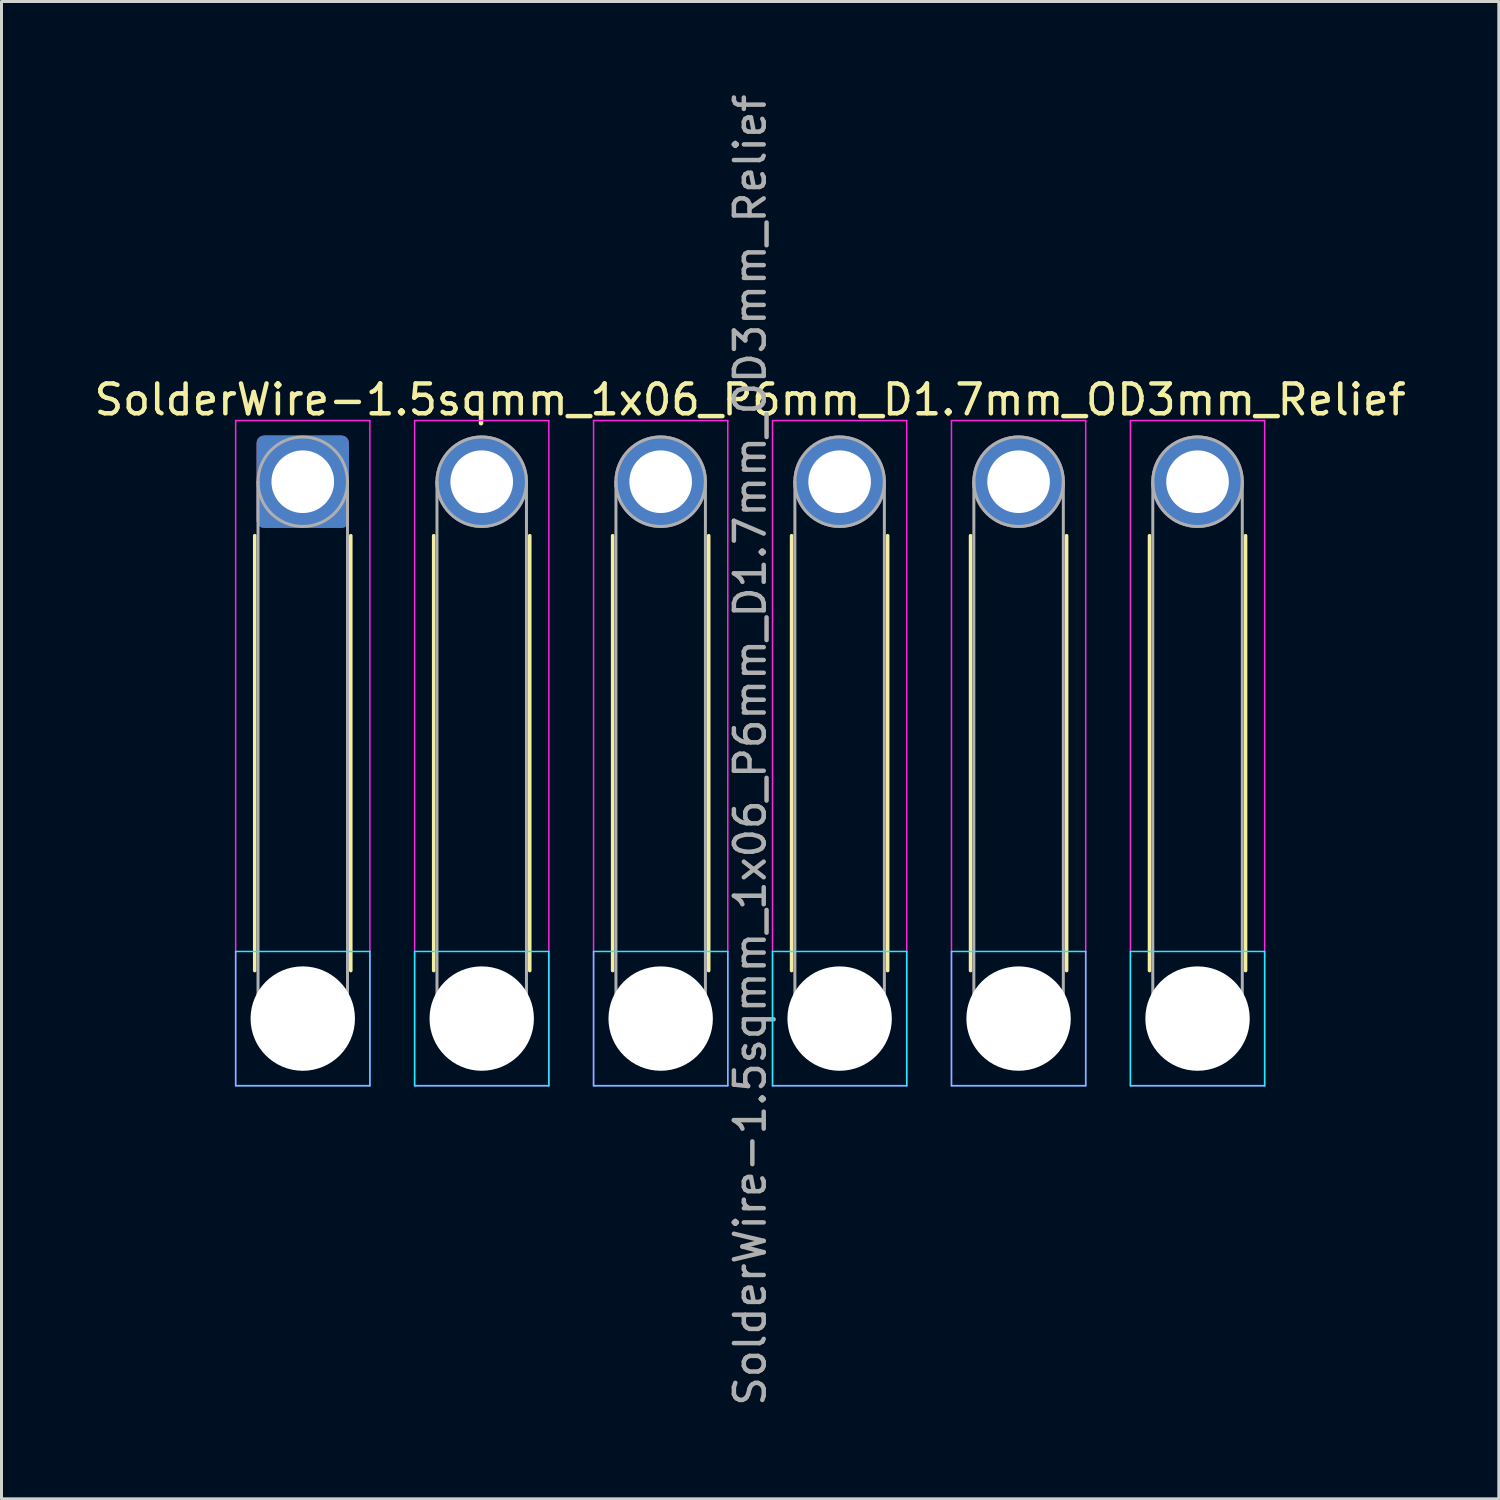
<source format=kicad_pcb>
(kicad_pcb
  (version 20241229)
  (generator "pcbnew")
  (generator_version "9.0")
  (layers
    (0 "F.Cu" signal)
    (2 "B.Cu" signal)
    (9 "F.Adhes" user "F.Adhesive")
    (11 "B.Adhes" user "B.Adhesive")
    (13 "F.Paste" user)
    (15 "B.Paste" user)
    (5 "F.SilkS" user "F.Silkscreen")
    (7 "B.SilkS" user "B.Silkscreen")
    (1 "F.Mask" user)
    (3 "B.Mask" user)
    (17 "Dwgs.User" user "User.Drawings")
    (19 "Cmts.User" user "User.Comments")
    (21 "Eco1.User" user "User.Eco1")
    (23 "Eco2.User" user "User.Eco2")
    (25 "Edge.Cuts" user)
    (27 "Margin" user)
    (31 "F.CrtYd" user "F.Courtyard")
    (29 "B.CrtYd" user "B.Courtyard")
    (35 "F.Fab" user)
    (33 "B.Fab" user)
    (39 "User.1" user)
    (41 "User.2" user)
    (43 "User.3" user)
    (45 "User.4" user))
  (footprint "SolderWire-1.5sqmm_1x06_P6mm_D1.7mm_OD3mm_Relief"
    (layer "F.Cu")
    (at 7.101 13.101)
    (property "Reference" "SolderWire-1.5sqmm_1x06_P6mm_D1.7mm_OD3mm_Relief" (at 15 -2.75 0) (layer "F.SilkS") (effects (font (size 1 1) (thickness 0.15))))
    (attr exclude_from_pos_files exclude_from_bom)
    (fp_line (start -1.61 1.81) (end -1.61 16.39) (stroke (width 0.12) (type solid)) (layer "F.SilkS"))
    (fp_line (start 1.61 1.81) (end 1.61 16.39) (stroke (width 0.12) (type solid)) (layer "F.SilkS"))
    (fp_line (start 4.39 1.81) (end 4.39 16.39) (stroke (width 0.12) (type solid)) (layer "F.SilkS"))
    (fp_line (start 7.61 1.81) (end 7.61 16.39) (stroke (width 0.12) (type solid)) (layer "F.SilkS"))
    (fp_line (start 10.39 1.81) (end 10.39 16.39) (stroke (width 0.12) (type solid)) (layer "F.SilkS"))
    (fp_line (start 13.61 1.81) (end 13.61 16.39) (stroke (width 0.12) (type solid)) (layer "F.SilkS"))
    (fp_line (start 16.39 1.81) (end 16.39 16.39) (stroke (width 0.12) (type solid)) (layer "F.SilkS"))
    (fp_line (start 19.61 1.81) (end 19.61 16.39) (stroke (width 0.12) (type solid)) (layer "F.SilkS"))
    (fp_line (start 22.39 1.81) (end 22.39 16.39) (stroke (width 0.12) (type solid)) (layer "F.SilkS"))
    (fp_line (start 25.61 1.81) (end 25.61 16.39) (stroke (width 0.12) (type solid)) (layer "F.SilkS"))
    (fp_line (start 28.39 1.81) (end 28.39 16.39) (stroke (width 0.12) (type solid)) (layer "F.SilkS"))
    (fp_line (start 31.61 1.81) (end 31.61 16.39) (stroke (width 0.12) (type solid)) (layer "F.SilkS"))
    (fp_line (start -2.25 15.75) (end -2.25 20.25) (stroke (width 0.05) (type solid)) (layer "B.CrtYd"))
    (fp_line (start -2.25 20.25) (end 2.25 20.25) (stroke (width 0.05) (type solid)) (layer "B.CrtYd"))
    (fp_line (start 2.25 15.75) (end -2.25 15.75) (stroke (width 0.05) (type solid)) (layer "B.CrtYd"))
    (fp_line (start 2.25 20.25) (end 2.25 15.75) (stroke (width 0.05) (type solid)) (layer "B.CrtYd"))
    (fp_line (start 3.75 15.75) (end 3.75 20.25) (stroke (width 0.05) (type solid)) (layer "B.CrtYd"))
    (fp_line (start 3.75 20.25) (end 8.25 20.25) (stroke (width 0.05) (type solid)) (layer "B.CrtYd"))
    (fp_line (start 8.25 15.75) (end 3.75 15.75) (stroke (width 0.05) (type solid)) (layer "B.CrtYd"))
    (fp_line (start 8.25 20.25) (end 8.25 15.75) (stroke (width 0.05) (type solid)) (layer "B.CrtYd"))
    (fp_line (start 9.75 15.75) (end 9.75 20.25) (stroke (width 0.05) (type solid)) (layer "B.CrtYd"))
    (fp_line (start 9.75 20.25) (end 14.25 20.25) (stroke (width 0.05) (type solid)) (layer "B.CrtYd"))
    (fp_line (start 14.25 15.75) (end 9.75 15.75) (stroke (width 0.05) (type solid)) (layer "B.CrtYd"))
    (fp_line (start 14.25 20.25) (end 14.25 15.75) (stroke (width 0.05) (type solid)) (layer "B.CrtYd"))
    (fp_line (start 15.75 15.75) (end 15.75 20.25) (stroke (width 0.05) (type solid)) (layer "B.CrtYd"))
    (fp_line (start 15.75 20.25) (end 20.25 20.25) (stroke (width 0.05) (type solid)) (layer "B.CrtYd"))
    (fp_line (start 20.25 15.75) (end 15.75 15.75) (stroke (width 0.05) (type solid)) (layer "B.CrtYd"))
    (fp_line (start 20.25 20.25) (end 20.25 15.75) (stroke (width 0.05) (type solid)) (layer "B.CrtYd"))
    (fp_line (start 21.75 15.75) (end 21.75 20.25) (stroke (width 0.05) (type solid)) (layer "B.CrtYd"))
    (fp_line (start 21.75 20.25) (end 26.25 20.25) (stroke (width 0.05) (type solid)) (layer "B.CrtYd"))
    (fp_line (start 26.25 15.75) (end 21.75 15.75) (stroke (width 0.05) (type solid)) (layer "B.CrtYd"))
    (fp_line (start 26.25 20.25) (end 26.25 15.75) (stroke (width 0.05) (type solid)) (layer "B.CrtYd"))
    (fp_line (start 27.75 15.75) (end 27.75 20.25) (stroke (width 0.05) (type solid)) (layer "B.CrtYd"))
    (fp_line (start 27.75 20.25) (end 32.25 20.25) (stroke (width 0.05) (type solid)) (layer "B.CrtYd"))
    (fp_line (start 32.25 15.75) (end 27.75 15.75) (stroke (width 0.05) (type solid)) (layer "B.CrtYd"))
    (fp_line (start 32.25 20.25) (end 32.25 15.75) (stroke (width 0.05) (type solid)) (layer "B.CrtYd"))
    (fp_line (start -2.25 -2.05) (end -2.25 20.25) (stroke (width 0.05) (type solid)) (layer "F.CrtYd"))
    (fp_line (start -2.25 20.25) (end 2.25 20.25) (stroke (width 0.05) (type solid)) (layer "F.CrtYd"))
    (fp_line (start 2.25 -2.05) (end -2.25 -2.05) (stroke (width 0.05) (type solid)) (layer "F.CrtYd"))
    (fp_line (start 2.25 20.25) (end 2.25 -2.05) (stroke (width 0.05) (type solid)) (layer "F.CrtYd"))
    (fp_line (start 3.75 -2.05) (end 3.75 20.25) (stroke (width 0.05) (type solid)) (layer "F.CrtYd"))
    (fp_line (start 3.75 20.25) (end 8.25 20.25) (stroke (width 0.05) (type solid)) (layer "F.CrtYd"))
    (fp_line (start 8.25 -2.05) (end 3.75 -2.05) (stroke (width 0.05) (type solid)) (layer "F.CrtYd"))
    (fp_line (start 8.25 20.25) (end 8.25 -2.05) (stroke (width 0.05) (type solid)) (layer "F.CrtYd"))
    (fp_line (start 9.75 -2.05) (end 9.75 20.25) (stroke (width 0.05) (type solid)) (layer "F.CrtYd"))
    (fp_line (start 9.75 20.25) (end 14.25 20.25) (stroke (width 0.05) (type solid)) (layer "F.CrtYd"))
    (fp_line (start 14.25 -2.05) (end 9.75 -2.05) (stroke (width 0.05) (type solid)) (layer "F.CrtYd"))
    (fp_line (start 14.25 20.25) (end 14.25 -2.05) (stroke (width 0.05) (type solid)) (layer "F.CrtYd"))
    (fp_line (start 15.75 -2.05) (end 15.75 20.25) (stroke (width 0.05) (type solid)) (layer "F.CrtYd"))
    (fp_line (start 15.75 20.25) (end 20.25 20.25) (stroke (width 0.05) (type solid)) (layer "F.CrtYd"))
    (fp_line (start 20.25 -2.05) (end 15.75 -2.05) (stroke (width 0.05) (type solid)) (layer "F.CrtYd"))
    (fp_line (start 20.25 20.25) (end 20.25 -2.05) (stroke (width 0.05) (type solid)) (layer "F.CrtYd"))
    (fp_line (start 21.75 -2.05) (end 21.75 20.25) (stroke (width 0.05) (type solid)) (layer "F.CrtYd"))
    (fp_line (start 21.75 20.25) (end 26.25 20.25) (stroke (width 0.05) (type solid)) (layer "F.CrtYd"))
    (fp_line (start 26.25 -2.05) (end 21.75 -2.05) (stroke (width 0.05) (type solid)) (layer "F.CrtYd"))
    (fp_line (start 26.25 20.25) (end 26.25 -2.05) (stroke (width 0.05) (type solid)) (layer "F.CrtYd"))
    (fp_line (start 27.75 -2.05) (end 27.75 20.25) (stroke (width 0.05) (type solid)) (layer "F.CrtYd"))
    (fp_line (start 27.75 20.25) (end 32.25 20.25) (stroke (width 0.05) (type solid)) (layer "F.CrtYd"))
    (fp_line (start 32.25 -2.05) (end 27.75 -2.05) (stroke (width 0.05) (type solid)) (layer "F.CrtYd"))
    (fp_line (start 32.25 20.25) (end 32.25 -2.05) (stroke (width 0.05) (type solid)) (layer "F.CrtYd"))
    (fp_line (start -1.5 0) (end -1.5 18) (stroke (width 0.1) (type solid)) (layer "F.Fab"))
    (fp_line (start 1.5 0) (end 1.5 18) (stroke (width 0.1) (type solid)) (layer "F.Fab"))
    (fp_line (start 4.5 0) (end 4.5 18) (stroke (width 0.1) (type solid)) (layer "F.Fab"))
    (fp_line (start 7.5 0) (end 7.5 18) (stroke (width 0.1) (type solid)) (layer "F.Fab"))
    (fp_line (start 10.5 0) (end 10.5 18) (stroke (width 0.1) (type solid)) (layer "F.Fab"))
    (fp_line (start 13.5 0) (end 13.5 18) (stroke (width 0.1) (type solid)) (layer "F.Fab"))
    (fp_line (start 16.5 0) (end 16.5 18) (stroke (width 0.1) (type solid)) (layer "F.Fab"))
    (fp_line (start 19.5 0) (end 19.5 18) (stroke (width 0.1) (type solid)) (layer "F.Fab"))
    (fp_line (start 22.5 0) (end 22.5 18) (stroke (width 0.1) (type solid)) (layer "F.Fab"))
    (fp_line (start 25.5 0) (end 25.5 18) (stroke (width 0.1) (type solid)) (layer "F.Fab"))
    (fp_line (start 28.5 0) (end 28.5 18) (stroke (width 0.1) (type solid)) (layer "F.Fab"))
    (fp_line (start 31.5 0) (end 31.5 18) (stroke (width 0.1) (type solid)) (layer "F.Fab"))
    (fp_circle (center 0 0) (end 1.5 0) (stroke (width 0.1) (type solid)) (fill no) (layer "F.Fab"))
    (fp_circle (center 0 18) (end 1.5 18) (stroke (width 0.1) (type solid)) (fill no) (layer "F.Fab"))
    (fp_circle (center 6 0) (end 7.5 0) (stroke (width 0.1) (type solid)) (fill no) (layer "F.Fab"))
    (fp_circle (center 6 18) (end 7.5 18) (stroke (width 0.1) (type solid)) (fill no) (layer "F.Fab"))
    (fp_circle (center 12 0) (end 13.5 0) (stroke (width 0.1) (type solid)) (fill no) (layer "F.Fab"))
    (fp_circle (center 12 18) (end 13.5 18) (stroke (width 0.1) (type solid)) (fill no) (layer "F.Fab"))
    (fp_circle (center 18 0) (end 19.5 0) (stroke (width 0.1) (type solid)) (fill no) (layer "F.Fab"))
    (fp_circle (center 18 18) (end 19.5 18) (stroke (width 0.1) (type solid)) (fill no) (layer "F.Fab"))
    (fp_circle (center 24 0) (end 25.5 0) (stroke (width 0.1) (type solid)) (fill no) (layer "F.Fab"))
    (fp_circle (center 24 18) (end 25.5 18) (stroke (width 0.1) (type solid)) (fill no) (layer "F.Fab"))
    (fp_circle (center 30 0) (end 31.5 0) (stroke (width 0.1) (type solid)) (fill no) (layer "F.Fab"))
    (fp_circle (center 30 18) (end 31.5 18) (stroke (width 0.1) (type solid)) (fill no) (layer "F.Fab"))
    (fp_text user "${REFERENCE}" (at 15 9 90) (layer "F.Fab") (effects (font (size 1 1) (thickness 0.15))))
    (pad "" np_thru_hole circle (at 0 18) (size 3.5 3.5) (drill 3.5) (layers "*.Cu" "*.Mask"))
    (pad "" np_thru_hole circle (at 6 18) (size 3.5 3.5) (drill 3.5) (layers "*.Cu" "*.Mask"))
    (pad "" np_thru_hole circle (at 12 18) (size 3.5 3.5) (drill 3.5) (layers "*.Cu" "*.Mask"))
    (pad "" np_thru_hole circle (at 18 18) (size 3.5 3.5) (drill 3.5) (layers "*.Cu" "*.Mask"))
    (pad "" np_thru_hole circle (at 24 18) (size 3.5 3.5) (drill 3.5) (layers "*.Cu" "*.Mask"))
    (pad "" np_thru_hole circle (at 30 18) (size 3.5 3.5) (drill 3.5) (layers "*.Cu" "*.Mask"))
    (pad "1" thru_hole roundrect (at 0 0) (size 3.1 3.1) (drill 2.1) (layers "*.Cu" "*.Mask") (roundrect_rratio 0.081))
    (pad "2" thru_hole circle (at 6 0) (size 3.1 3.1) (drill 2.1) (layers "*.Cu" "*.Mask"))
    (pad "3" thru_hole circle (at 12 0) (size 3.1 3.1) (drill 2.1) (layers "*.Cu" "*.Mask"))
    (pad "4" thru_hole circle (at 18 0) (size 3.1 3.1) (drill 2.1) (layers "*.Cu" "*.Mask"))
    (pad "5" thru_hole circle (at 24 0) (size 3.1 3.1) (drill 2.1) (layers "*.Cu" "*.Mask"))
    (pad "6" thru_hole circle (at 30 0) (size 3.1 3.1) (drill 2.1) (layers "*.Cu" "*.Mask")))
  (gr_rect
    (start -3 -3)
    (end 47.202 47.202)
    (stroke (width 0.1) (type default))
    (fill no)
    (layer "Edge.Cuts")))
</source>
